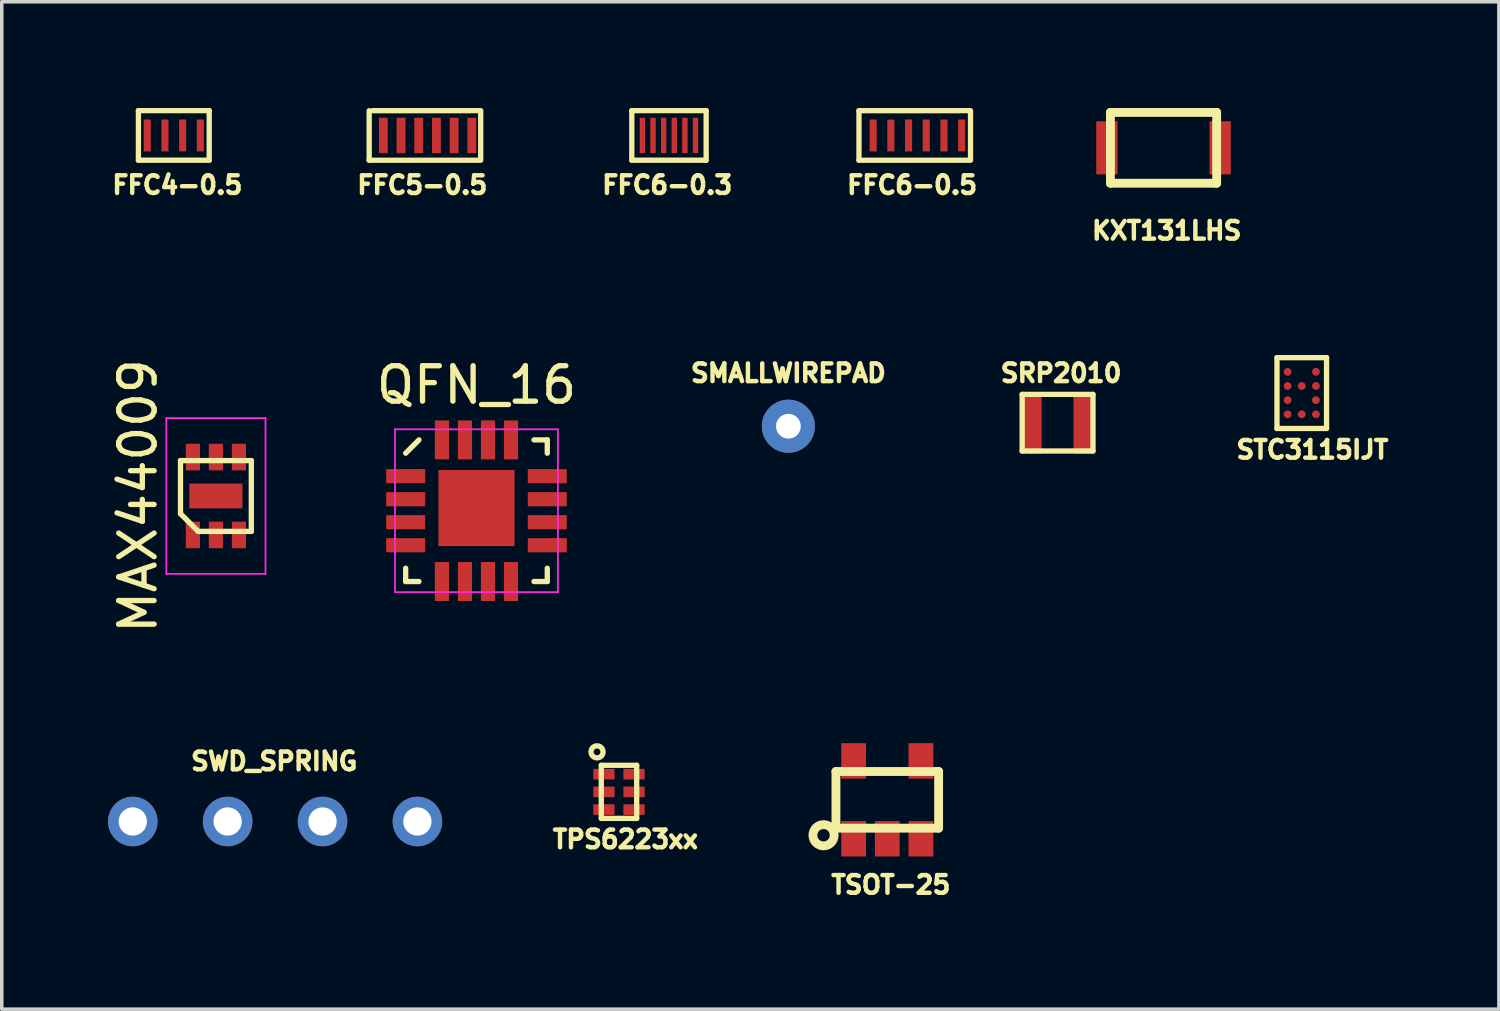
<source format=kicad_pcb>
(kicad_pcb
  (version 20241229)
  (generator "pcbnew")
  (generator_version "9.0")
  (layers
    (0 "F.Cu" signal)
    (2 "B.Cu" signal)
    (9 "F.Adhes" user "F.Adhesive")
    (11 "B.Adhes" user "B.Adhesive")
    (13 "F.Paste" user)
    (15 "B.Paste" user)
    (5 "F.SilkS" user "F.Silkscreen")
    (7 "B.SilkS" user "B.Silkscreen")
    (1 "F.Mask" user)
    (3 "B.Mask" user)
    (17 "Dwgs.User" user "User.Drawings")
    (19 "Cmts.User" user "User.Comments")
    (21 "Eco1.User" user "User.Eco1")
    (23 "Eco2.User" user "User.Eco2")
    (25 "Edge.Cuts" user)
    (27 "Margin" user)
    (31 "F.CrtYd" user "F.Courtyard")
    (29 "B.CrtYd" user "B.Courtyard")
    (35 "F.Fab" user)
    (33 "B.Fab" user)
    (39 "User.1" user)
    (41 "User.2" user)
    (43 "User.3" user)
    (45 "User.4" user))
  (footprint "FFC5-0.5"
    (layer "F.Cu")
    (at 8.777 0.776)
    (property "Reference" "FFC5-0.5" (at 0.1 1.4 0) (layer "F.SilkS") (effects (font (size 0.5 0.5) (thickness 0.125))))
    (attr through_hole)
    (fp_line (start -1.4 0.7) (end -1.4 -0.7) (stroke (width 0.15) (type solid)) (layer "F.SilkS"))
    (fp_line (start -1.3 -0.7) (end 1.733 -0.701) (stroke (width 0.15) (type solid)) (layer "F.SilkS"))
    (fp_line (start 1.7 0.7) (end -1.4 0.7) (stroke (width 0.15) (type solid)) (layer "F.SilkS"))
    (fp_line (start 1.75 -0.7) (end 1.75 0.7) (stroke (width 0.15) (type solid)) (layer "F.SilkS"))
    (pad "1" smd rect (at -1 0 180) (size 0.25 1) (layers "F.Cu" "F.Mask" "F.Paste"))
    (pad "2" smd rect (at -0.5 0 180) (size 0.25 1) (layers "F.Cu" "F.Mask" "F.Paste"))
    (pad "3" smd rect (at 0 0 180) (size 0.25 1) (layers "F.Cu" "F.Mask" "F.Paste"))
    (pad "4" smd rect (at 0.5 0 180) (size 0.25 1) (layers "F.Cu" "F.Mask" "F.Paste"))
    (pad "5" smd rect (at 1 0 180) (size 0.25 1) (layers "F.Cu" "F.Mask" "F.Paste"))
    (pad "6" smd rect (at 1.5 0 180) (size 0.25 1) (layers "F.Cu" "F.Mask" "F.Paste")))
  (footprint "STC3115IJT"
    (layer "F.Cu")
    (at 33.718 8.052)
    (property "Reference" "STC3115IJT" (at 0.3 1.6 0) (layer "F.SilkS") (effects (font (size 0.5 0.5) (thickness 0.125))))
    (attr through_hole)
    (fp_line (start -0.7 -1) (end -0.7 1) (stroke (width 0.15) (type solid)) (layer "F.SilkS"))
    (fp_line (start -0.7 -1) (end 0.7 -1) (stroke (width 0.15) (type solid)) (layer "F.SilkS"))
    (fp_line (start 0.7 -1) (end 0.7 1) (stroke (width 0.15) (type solid)) (layer "F.SilkS"))
    (fp_line (start 0.7 1) (end -0.7 1) (stroke (width 0.15) (type solid)) (layer "F.SilkS"))
    (pad "A1" smd circle (at 0.4 -0.6) (size 0.22 0.22) (layers "F.Cu" "F.Mask" "F.Paste"))
    (pad "A3" smd circle (at -0.4 -0.6) (size 0.22 0.22) (layers "F.Cu" "F.Mask" "F.Paste"))
    (pad "B1" smd circle (at 0.4 -0.2) (size 0.22 0.22) (layers "F.Cu" "F.Mask" "F.Paste"))
    (pad "B2" smd circle (at 0 -0.2) (size 0.22 0.22) (layers "F.Cu" "F.Mask" "F.Paste"))
    (pad "B3" smd circle (at -0.4 -0.2) (size 0.22 0.22) (layers "F.Cu" "F.Mask" "F.Paste"))
    (pad "C1" smd circle (at 0.4 0.2) (size 0.22 0.22) (layers "F.Cu" "F.Mask" "F.Paste"))
    (pad "C3" smd circle (at -0.4 0.2) (size 0.22 0.22) (layers "F.Cu" "F.Mask" "F.Paste"))
    (pad "D1" smd circle (at 0.4 0.6) (size 0.22 0.22) (layers "F.Cu" "F.Mask" "F.Paste"))
    (pad "D2" smd circle (at 0 0.6) (size 0.22 0.22) (layers "F.Cu" "F.Mask" "F.Paste"))
    (pad "D3" smd circle (at -0.4 0.6) (size 0.22 0.22) (layers "F.Cu" "F.Mask" "F.Paste")))
  (footprint "KXT131LHS"
    (layer "F.Cu")
    (at 29.814 1.125)
    (property "Reference" "KXT131LHS" (at 0.09 2.34 0) (layer "F.SilkS") (effects (font (size 0.5 0.5) (thickness 0.125))))
    (attr through_hole)
    (fp_line (start -1.5 -1) (end 1.5 -1) (stroke (width 0.25) (type solid)) (layer "F.SilkS"))
    (fp_line (start -1.5 1) (end -1.5 -1) (stroke (width 0.25) (type solid)) (layer "F.SilkS"))
    (fp_line (start -1.5 1) (end 1.5 1) (stroke (width 0.25) (type solid)) (layer "F.SilkS"))
    (fp_line (start 1.5 1) (end 1.5 -1) (stroke (width 0.25) (type solid)) (layer "F.SilkS"))
    (pad "1" smd rect (at -1.6 0) (size 0.6 1.5) (layers "F.Cu" "F.Mask" "F.Paste"))
    (pad "2" smd rect (at 1.6 0) (size 0.6 1.5) (layers "F.Cu" "F.Mask" "F.Paste")))
  (footprint "FFC6-0.5"
    (layer "F.Cu")
    (at 22.612 0.776)
    (property "Reference" "FFC6-0.5" (at 0.1 1.4 0) (layer "F.SilkS") (effects (font (size 0.5 0.5) (thickness 0.125))))
    (attr through_hole)
    (fp_line (start -1.4 -0.7) (end 1.733 -0.701) (stroke (width 0.15) (type solid)) (layer "F.SilkS"))
    (fp_line (start -1.4 0.7) (end -1.4 -0.7) (stroke (width 0.15) (type solid)) (layer "F.SilkS"))
    (fp_line (start 1.7 0.7) (end -1.4 0.7) (stroke (width 0.15) (type solid)) (layer "F.SilkS"))
    (fp_line (start 1.75 -0.7) (end 1.75 0.7) (stroke (width 0.15) (type solid)) (layer "F.SilkS"))
    (pad "1" smd rect (at -1 0 180) (size 0.2 0.9) (layers "F.Cu" "F.Mask" "F.Paste"))
    (pad "2" smd rect (at -0.5 0 180) (size 0.2 0.9) (layers "F.Cu" "F.Mask" "F.Paste"))
    (pad "3" smd rect (at 0 0 180) (size 0.2 0.9) (layers "F.Cu" "F.Mask" "F.Paste"))
    (pad "4" smd rect (at 0.5 0 180) (size 0.2 0.9) (layers "F.Cu" "F.Mask" "F.Paste"))
    (pad "5" smd rect (at 1 0 180) (size 0.2 0.9) (layers "F.Cu" "F.Mask" "F.Paste"))
    (pad "6" smd rect (at 1.5 0 180) (size 0.2 0.9) (layers "F.Cu" "F.Mask" "F.Paste")))
  (footprint "SWD_SPRING"
    (layer "F.Cu")
    (at 4.72 20.153)
    (property "Reference" "SWD_SPRING" (at -0.025 -1.7 0) (layer "F.SilkS") (effects (font (size 0.5 0.5) (thickness 0.125))))
    (attr through_hole)
    (pad "1" thru_hole circle (at -4.02 0) (size 1.4 1.4) (drill 0.8) (layers "*.Cu" "*.Mask"))
    (pad "2" thru_hole circle (at -1.34 0) (size 1.4 1.4) (drill 0.8) (layers "*.Cu" "*.Mask"))
    (pad "3" thru_hole circle (at 1.34 0) (size 1.4 1.4) (drill 0.8) (layers "*.Cu" "*.Mask"))
    (pad "4" thru_hole circle (at 4.02 0) (size 1.4 1.4) (drill 0.8) (layers "*.Cu" "*.Mask")))
  (footprint "FFC6-0.3"
    (layer "F.Cu")
    (at 15.695 0.775)
    (property "Reference" "FFC6-0.3" (at 0.1 1.4 0) (layer "F.SilkS") (effects (font (size 0.5 0.5) (thickness 0.125))))
    (attr through_hole)
    (fp_line (start -0.9 -0.7) (end 1.2 -0.7) (stroke (width 0.15) (type solid)) (layer "F.SilkS"))
    (fp_line (start -0.9 0.7) (end -0.9 -0.7) (stroke (width 0.15) (type solid)) (layer "F.SilkS"))
    (fp_line (start 1.2 -0.7) (end 1.2 0.7) (stroke (width 0.15) (type solid)) (layer "F.SilkS"))
    (fp_line (start 1.2 0.7) (end -0.9 0.7) (stroke (width 0.15) (type solid)) (layer "F.SilkS"))
    (pad "1" smd rect (at -0.6 0 180) (size 0.152 1) (layers "F.Cu" "F.Mask" "F.Paste"))
    (pad "2" smd rect (at -0.3 0 180) (size 0.152 1) (layers "F.Cu" "F.Mask" "F.Paste"))
    (pad "3" smd rect (at 0 0 180) (size 0.152 1) (layers "F.Cu" "F.Mask" "F.Paste"))
    (pad "4" smd rect (at 0.3 0 180) (size 0.152 1) (layers "F.Cu" "F.Mask" "F.Paste"))
    (pad "5" smd rect (at 0.6 0 180) (size 0.152 1) (layers "F.Cu" "F.Mask" "F.Paste"))
    (pad "6" smd rect (at 0.9 0 180) (size 0.152 1) (layers "F.Cu" "F.Mask" "F.Paste")))
  (footprint "TPS6223xx"
    (layer "F.Cu")
    (at 14.433 19.316)
    (property "Reference" "TPS6223xx" (at 0.18 1.34 0) (layer "F.SilkS") (effects (font (size 0.5 0.5) (thickness 0.125))))
    (attr through_hole)
    (fp_line (start -0.5 -0.75) (end -0.5 0.75) (stroke (width 0.15) (type solid)) (layer "F.SilkS"))
    (fp_line (start -0.5 -0.75) (end 0.5 -0.75) (stroke (width 0.15) (type solid)) (layer "F.SilkS"))
    (fp_line (start -0.5 0.75) (end 0.5 0.75) (stroke (width 0.15) (type solid)) (layer "F.SilkS"))
    (fp_line (start 0.5 -0.75) (end 0.5 0.75) (stroke (width 0.15) (type solid)) (layer "F.SilkS"))
    (fp_circle (center -0.62 -1.13) (end -0.47 -1.05) (stroke (width 0.15) (type solid)) (fill no) (layer "F.SilkS"))
    (pad "1" smd rect (at -0.425 -0.5) (size 0.6 0.3) (layers "F.Cu" "F.Mask" "F.Paste"))
    (pad "2" smd rect (at -0.425 0) (size 0.6 0.3) (layers "F.Cu" "F.Mask" "F.Paste"))
    (pad "3" smd rect (at -0.425 0.5) (size 0.6 0.3) (layers "F.Cu" "F.Mask" "F.Paste"))
    (pad "4" smd rect (at 0.425 0.5) (size 0.6 0.3) (layers "F.Cu" "F.Mask" "F.Paste"))
    (pad "5" smd rect (at 0.425 0) (size 0.6 0.3) (layers "F.Cu" "F.Mask" "F.Paste"))
    (pad "6" smd rect (at 0.425 -0.5) (size 0.6 0.3) (layers "F.Cu" "F.Mask" "F.Paste")))
  (footprint "SMALLWIREPAD"
    (layer "F.Cu")
    (at 19.218 8.989)
    (property "Reference" "SMALLWIREPAD" (at 0 -1.5 0) (layer "F.SilkS") (effects (font (size 0.5 0.5) (thickness 0.125))))
    (attr through_hole)
    (pad "1" thru_hole circle (at 0 0) (size 1.5 1.5) (drill 0.7) (layers "*.Cu" "*.Mask")))
  (footprint "QFN_16"
    (layer "F.Cu")
    (at 10.408 11.375)
    (property "Reference" "QFN_16" (at 0 -3.55 0) (layer "F.SilkS") (effects (font (size 1 1) (thickness 0.15))))
    (attr smd)
    (fp_line (start -2 -1.625) (end -1.625 -2) (stroke (width 0.15) (type solid)) (layer "F.SilkS"))
    (fp_line (start -2 2) (end -2 1.625) (stroke (width 0.15) (type solid)) (layer "F.SilkS"))
    (fp_line (start -1.625 2) (end -2 2) (stroke (width 0.15) (type solid)) (layer "F.SilkS"))
    (fp_line (start 1.625 -2) (end 2 -2) (stroke (width 0.15) (type solid)) (layer "F.SilkS"))
    (fp_line (start 1.625 2) (end 2 2) (stroke (width 0.15) (type solid)) (layer "F.SilkS"))
    (fp_line (start 2 -2) (end 2 -1.625) (stroke (width 0.15) (type solid)) (layer "F.SilkS"))
    (fp_line (start 2 2) (end 2 1.625) (stroke (width 0.15) (type solid)) (layer "F.SilkS"))
    (fp_line (start -2.3 -2.3) (end 2.3 -2.3) (stroke (width 0.05) (type solid)) (layer "F.CrtYd"))
    (fp_line (start -2.3 2.3) (end -2.3 -2.3) (stroke (width 0.05) (type solid)) (layer "F.CrtYd"))
    (fp_line (start 2.3 -2.3) (end 2.3 2.3) (stroke (width 0.05) (type solid)) (layer "F.CrtYd"))
    (fp_line (start 2.3 2.3) (end -2.3 2.3) (stroke (width 0.05) (type solid)) (layer "F.CrtYd"))
    (pad "1" smd rect (at -2 -0.975 90) (size 0.4 1.1) (layers "F.Cu" "F.Mask" "F.Paste"))
    (pad "2" smd rect (at -2 -0.325 90) (size 0.4 1.1) (layers "F.Cu" "F.Mask" "F.Paste"))
    (pad "3" smd rect (at -2 0.325 90) (size 0.4 1.1) (layers "F.Cu" "F.Mask" "F.Paste"))
    (pad "4" smd rect (at -2 0.975 90) (size 0.4 1.1) (layers "F.Cu" "F.Mask" "F.Paste"))
    (pad "5" smd rect (at -0.975 2) (size 0.4 1.1) (layers "F.Cu" "F.Mask" "F.Paste"))
    (pad "6" smd rect (at -0.325 2) (size 0.4 1.1) (layers "F.Cu" "F.Mask" "F.Paste"))
    (pad "7" smd rect (at 0.325 2) (size 0.4 1.1) (layers "F.Cu" "F.Mask" "F.Paste"))
    (pad "8" smd rect (at 0.975 2) (size 0.4 1.1) (layers "F.Cu" "F.Mask" "F.Paste"))
    (pad "9" smd rect (at 2 0.975 90) (size 0.4 1.1) (layers "F.Cu" "F.Mask" "F.Paste"))
    (pad "10" smd rect (at 2 0.325 90) (size 0.4 1.1) (layers "F.Cu" "F.Mask" "F.Paste"))
    (pad "11" smd rect (at 2 -0.325 90) (size 0.4 1.1) (layers "F.Cu" "F.Mask" "F.Paste"))
    (pad "12" smd rect (at 2 -0.975 90) (size 0.4 1.1) (layers "F.Cu" "F.Mask" "F.Paste"))
    (pad "13" smd rect (at 0.975 -2) (size 0.4 1.1) (layers "F.Cu" "F.Mask" "F.Paste"))
    (pad "14" smd rect (at 0.325 -2) (size 0.4 1.1) (layers "F.Cu" "F.Mask" "F.Paste"))
    (pad "15" smd rect (at -0.325 -2) (size 0.4 1.1) (layers "F.Cu" "F.Mask" "F.Paste"))
    (pad "16" smd rect (at -0.975 -2) (size 0.4 1.1) (layers "F.Cu" "F.Mask" "F.Paste"))
    (pad "17" smd rect (at 0 -0.075) (size 2.15 2.15) (layers "F.Cu" "F.Mask" "F.Paste")))
  (footprint "MAX44009"
    (layer "F.Cu")
    (at 3.048 10.959)
    (property "Reference" "MAX44009" (at -2.2 0 90) (layer "F.SilkS") (effects (font (size 1 1) (thickness 0.15))))
    (attr smd)
    (fp_line (start -1 -1) (end 1 -1) (stroke (width 0.15) (type solid)) (layer "F.SilkS"))
    (fp_line (start -1 0.5) (end -1 -1) (stroke (width 0.15) (type solid)) (layer "F.SilkS"))
    (fp_line (start -0.5 1) (end -1 0.5) (stroke (width 0.15) (type solid)) (layer "F.SilkS"))
    (fp_line (start 1 -1) (end 1 1) (stroke (width 0.15) (type solid)) (layer "F.SilkS"))
    (fp_line (start 1 1) (end -0.5 1) (stroke (width 0.15) (type solid)) (layer "F.SilkS"))
    (fp_line (start -1.4 -2.2) (end 1.4 -2.2) (stroke (width 0.05) (type solid)) (layer "F.CrtYd"))
    (fp_line (start -1.4 2.2) (end -1.4 -2.2) (stroke (width 0.05) (type solid)) (layer "F.CrtYd"))
    (fp_line (start 1.4 -2.2) (end 1.4 2.2) (stroke (width 0.05) (type solid)) (layer "F.CrtYd"))
    (fp_line (start 1.4 2.2) (end -1.4 2.2) (stroke (width 0.05) (type solid)) (layer "F.CrtYd"))
    (pad "1" smd rect (at -0.65 1.1) (size 0.4 0.75) (layers "F.Cu" "F.Mask" "F.Paste"))
    (pad "2" smd rect (at 0 1.1) (size 0.4 0.75) (layers "F.Cu" "F.Mask" "F.Paste"))
    (pad "3" smd rect (at 0.65 1.1) (size 0.4 0.75) (layers "F.Cu" "F.Mask" "F.Paste"))
    (pad "4" smd rect (at 0.65 -1.1) (size 0.4 0.75) (layers "F.Cu" "F.Mask" "F.Paste"))
    (pad "5" smd rect (at 0 -1.1) (size 0.4 0.75) (layers "F.Cu" "F.Mask" "F.Paste"))
    (pad "6" smd rect (at -0.65 -1.1) (size 0.4 0.75) (layers "F.Cu" "F.Mask" "F.Paste"))
    (pad "7" smd rect (at 0 0) (size 1.5 0.7) (layers "F.Cu" "F.Mask" "F.Paste")))
  (footprint "FFC4-0.5"
    (layer "F.Cu")
    (at 1.859 0.775)
    (property "Reference" "FFC4-0.5" (at 0.1 1.4 0) (layer "F.SilkS") (effects (font (size 0.5 0.5) (thickness 0.125))))
    (attr through_hole)
    (fp_line (start -1 -0.7) (end 1 -0.7) (stroke (width 0.15) (type solid)) (layer "F.SilkS"))
    (fp_line (start -1 0.7) (end -1 -0.7) (stroke (width 0.15) (type solid)) (layer "F.SilkS"))
    (fp_line (start -1 0.7) (end 1 0.7) (stroke (width 0.15) (type solid)) (layer "F.SilkS"))
    (fp_line (start 1 -0.7) (end 1 0.7) (stroke (width 0.15) (type solid)) (layer "F.SilkS"))
    (pad "1" smd rect (at -0.75 0 180) (size 0.2 0.9) (layers "F.Cu" "F.Mask" "F.Paste"))
    (pad "2" smd rect (at -0.25 0 180) (size 0.2 0.9) (layers "F.Cu" "F.Mask" "F.Paste"))
    (pad "3" smd rect (at 0.25 0 180) (size 0.2 0.9) (layers "F.Cu" "F.Mask" "F.Paste"))
    (pad "4" smd rect (at 0.75 0 180) (size 0.2 0.9) (layers "F.Cu" "F.Mask" "F.Paste")))
  (footprint "SRP2010"
    (layer "F.Cu")
    (at 26.821 8.889)
    (property "Reference" "SRP2010" (at 0.1 -1.4 0) (layer "F.SilkS") (effects (font (size 0.5 0.5) (thickness 0.125))))
    (attr through_hole)
    (fp_line (start -1 -0.8) (end 1 -0.8) (stroke (width 0.15) (type solid)) (layer "F.SilkS"))
    (fp_line (start -1 0.8) (end -1 -0.8) (stroke (width 0.15) (type solid)) (layer "F.SilkS"))
    (fp_line (start 1 -0.8) (end 1 0.8) (stroke (width 0.15) (type solid)) (layer "F.SilkS"))
    (fp_line (start 1 0.8) (end -1 0.8) (stroke (width 0.15) (type solid)) (layer "F.SilkS"))
    (pad "1" smd rect (at -0.725 0.07) (size 0.55 1.6) (layers "F.Cu" "F.Mask" "F.Paste"))
    (pad "2" smd rect (at 0.725 0.07) (size 0.55 1.6) (layers "F.Cu" "F.Mask" "F.Paste")))
  (footprint "TSOT-25"
    (layer "F.Cu")
    (at 22.011 19.541)
    (property "Reference" "TSOT-25" (at 0.1 2.4 0) (layer "F.SilkS") (effects (font (size 0.5 0.5) (thickness 0.125))))
    (attr through_hole)
    (fp_line (start -1.45 -0.8) (end -1.45 0.8) (stroke (width 0.25) (type solid)) (layer "F.SilkS"))
    (fp_line (start -1.45 -0.8) (end 1.45 -0.8) (stroke (width 0.25) (type solid)) (layer "F.SilkS"))
    (fp_line (start -1.45 0.8) (end 1.45 0.8) (stroke (width 0.25) (type solid)) (layer "F.SilkS"))
    (fp_line (start 1.45 -0.8) (end 1.45 0.8) (stroke (width 0.25) (type solid)) (layer "F.SilkS"))
    (fp_circle (center -1.8 1) (end -2.1 1) (stroke (width 0.25) (type solid)) (fill no) (layer "F.SilkS"))
    (pad "1" smd rect (at -0.95 1.1) (size 0.7 1) (layers "F.Cu" "F.Mask" "F.Paste"))
    (pad "2" smd rect (at 0 1.1) (size 0.7 1) (layers "F.Cu" "F.Mask" "F.Paste"))
    (pad "3" smd rect (at 0.95 1.1) (size 0.7 1) (layers "F.Cu" "F.Mask" "F.Paste"))
    (pad "4" smd rect (at 0.95 -1.1) (size 0.7 1) (layers "F.Cu" "F.Mask" "F.Paste"))
    (pad "5" smd rect (at -0.95 -1.1) (size 0.7 1) (layers "F.Cu" "F.Mask" "F.Paste")))
  (gr_rect
    (start -3 -3)
    (end 39.286 25.453)
    (stroke (width 0.1) (type default))
    (fill no)
    (layer "Edge.Cuts")))
</source>
